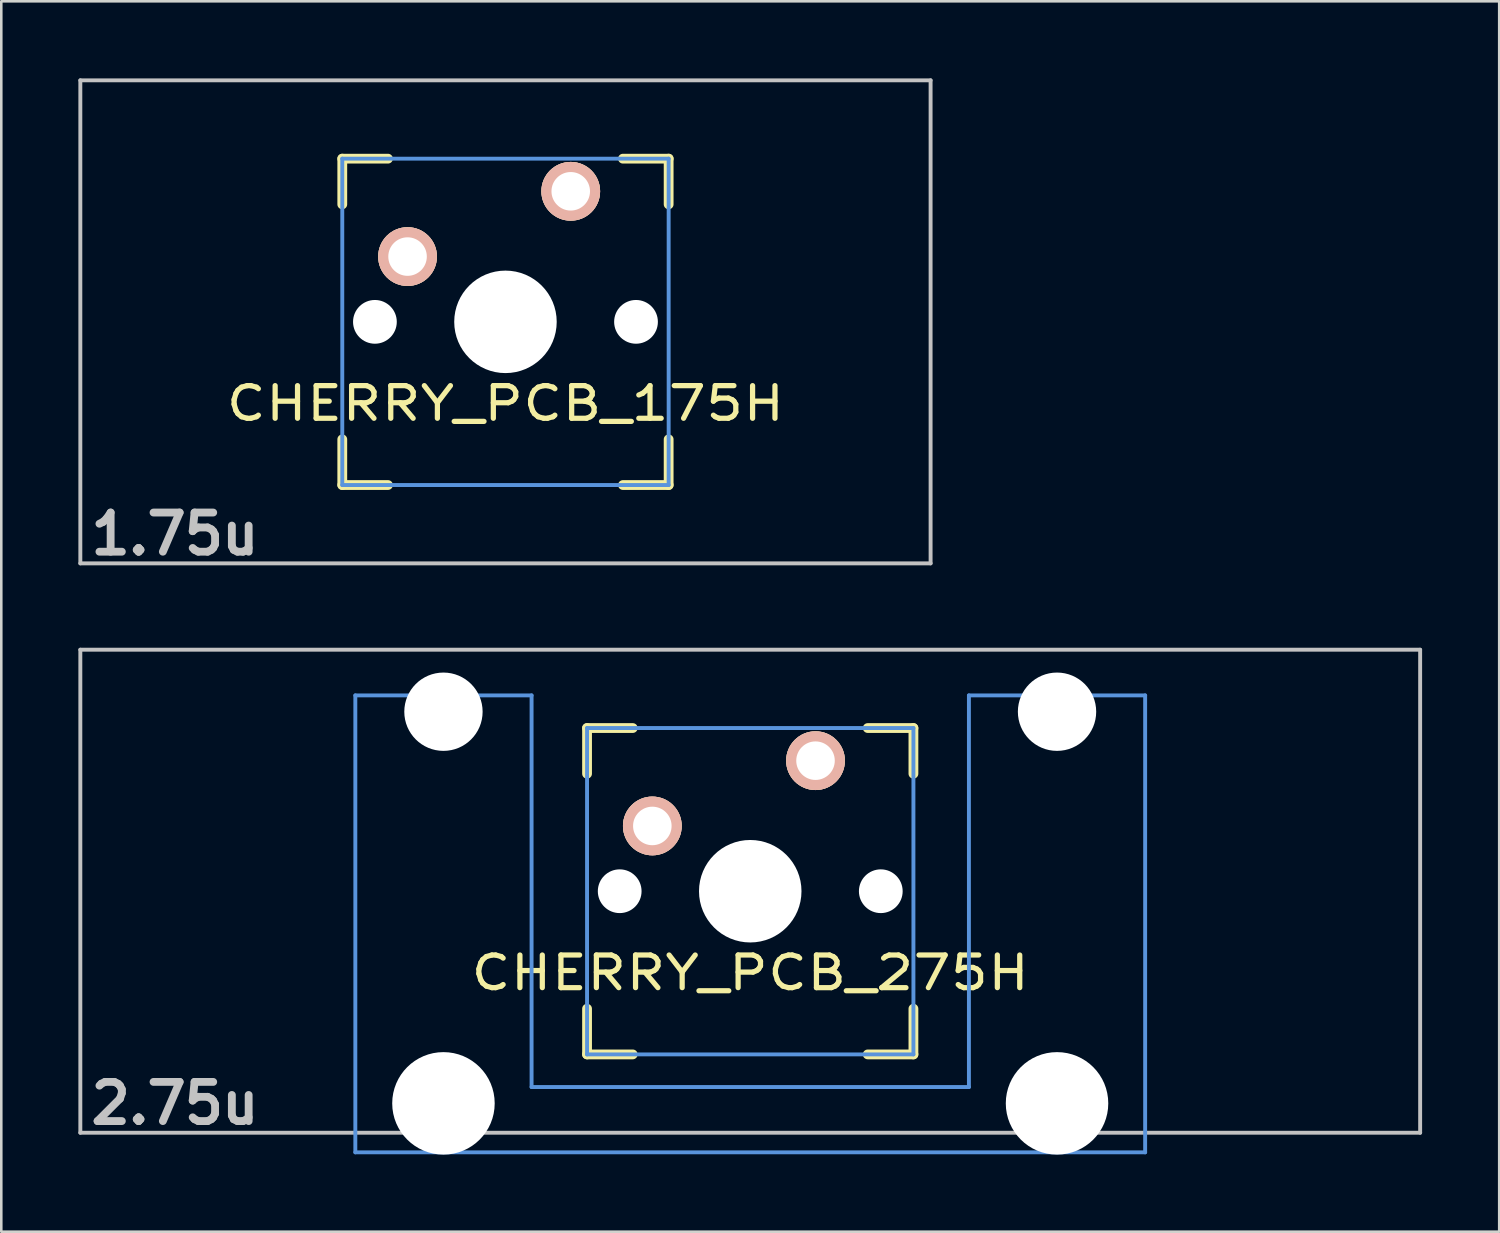
<source format=kicad_pcb>
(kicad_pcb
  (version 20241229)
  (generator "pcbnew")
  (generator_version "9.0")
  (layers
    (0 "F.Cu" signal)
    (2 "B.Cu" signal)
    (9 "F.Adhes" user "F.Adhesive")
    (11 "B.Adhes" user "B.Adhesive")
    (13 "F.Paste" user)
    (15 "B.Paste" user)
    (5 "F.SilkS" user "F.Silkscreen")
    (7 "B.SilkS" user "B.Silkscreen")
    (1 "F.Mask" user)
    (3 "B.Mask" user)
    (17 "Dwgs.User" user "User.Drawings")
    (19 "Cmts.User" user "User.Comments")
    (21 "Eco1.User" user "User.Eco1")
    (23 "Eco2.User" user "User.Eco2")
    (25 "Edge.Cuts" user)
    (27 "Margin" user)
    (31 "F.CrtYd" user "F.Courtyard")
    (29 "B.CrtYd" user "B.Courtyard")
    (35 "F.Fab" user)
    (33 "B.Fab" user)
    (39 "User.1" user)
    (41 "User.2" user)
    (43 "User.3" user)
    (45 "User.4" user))
  (footprint "CHERRY_PCB_175H"
    (layer "F.Cu")
    (at 16.619 9.474)
    (property "Reference" "CHERRY_PCB_175H" (at 0 3.175 0) (layer "F.SilkS") (effects (font (size 1.27 1.524) (thickness 0.203))))
    (attr through_hole)
    (fp_line (start -6.35 -6.35) (end -4.572 -6.35) (stroke (width 0.381) (type solid)) (layer "F.SilkS"))
    (fp_line (start -6.35 -4.572) (end -6.35 -6.35) (stroke (width 0.381) (type solid)) (layer "F.SilkS"))
    (fp_line (start -6.35 6.35) (end -6.35 4.572) (stroke (width 0.381) (type solid)) (layer "F.SilkS"))
    (fp_line (start -4.572 6.35) (end -6.35 6.35) (stroke (width 0.381) (type solid)) (layer "F.SilkS"))
    (fp_line (start 4.572 -6.35) (end 6.35 -6.35) (stroke (width 0.381) (type solid)) (layer "F.SilkS"))
    (fp_line (start 6.35 -6.35) (end 6.35 -4.572) (stroke (width 0.381) (type solid)) (layer "F.SilkS"))
    (fp_line (start 6.35 4.572) (end 6.35 6.35) (stroke (width 0.381) (type solid)) (layer "F.SilkS"))
    (fp_line (start 6.35 6.35) (end 4.572 6.35) (stroke (width 0.381) (type solid)) (layer "F.SilkS"))
    (fp_line (start -16.543 -9.398) (end 16.543 -9.398) (stroke (width 0.152) (type solid)) (layer "Dwgs.User"))
    (fp_line (start -16.543 9.398) (end -16.543 -9.398) (stroke (width 0.152) (type solid)) (layer "Dwgs.User"))
    (fp_line (start 16.543 -9.398) (end 16.543 9.398) (stroke (width 0.152) (type solid)) (layer "Dwgs.User"))
    (fp_line (start 16.543 9.398) (end -16.543 9.398) (stroke (width 0.152) (type solid)) (layer "Dwgs.User"))
    (fp_line (start -6.35 -6.35) (end 6.35 -6.35) (stroke (width 0.152) (type solid)) (layer "Cmts.User"))
    (fp_line (start -6.35 6.35) (end -6.35 -6.35) (stroke (width 0.152) (type solid)) (layer "Cmts.User"))
    (fp_line (start 6.35 -6.35) (end 6.35 6.35) (stroke (width 0.152) (type solid)) (layer "Cmts.User"))
    (fp_line (start 6.35 6.35) (end -6.35 6.35) (stroke (width 0.152) (type solid)) (layer "Cmts.User"))
    (fp_line (start -6.985 -6.985) (end 6.985 -6.985) (stroke (width 0.152) (type solid)) (layer "Eco2.User"))
    (fp_line (start -6.985 6.985) (end -6.985 -6.985) (stroke (width 0.152) (type solid)) (layer "Eco2.User"))
    (fp_line (start 6.985 -6.985) (end 6.985 6.985) (stroke (width 0.152) (type solid)) (layer "Eco2.User"))
    (fp_line (start 6.985 6.985) (end -6.985 6.985) (stroke (width 0.152) (type solid)) (layer "Eco2.User"))
    (fp_text user "1.75u" (at -12.86 8.255 0) (layer "Dwgs.User") (effects (font (size 1.524 1.524) (thickness 0.305))))
    (pad "" np_thru_hole circle (at -5.08 0) (size 1.702 1.702) (drill 1.702) (layers "*.Cu"))
    (pad "" np_thru_hole circle (at 0 0) (size 3.988 3.988) (drill 3.988) (layers "*.Cu"))
    (pad "" np_thru_hole circle (at 5.08 0) (size 1.702 1.702) (drill 1.702) (layers "*.Cu"))
    (pad "1" thru_hole circle (at 2.54 -5.08) (size 2.286 2.286) (drill 1.499) (layers "*.Cu" "*.SilkS" "*.Mask"))
    (pad "2" thru_hole circle (at -3.81 -2.54) (size 2.286 2.286) (drill 1.499) (layers "*.Cu" "*.SilkS" "*.Mask")))
  (footprint "CHERRY_PCB_275H"
    (layer "F.Cu")
    (at 26.144 31.63)
    (property "Reference" "CHERRY_PCB_275H" (at 0 3.175 0) (layer "F.SilkS") (effects (font (size 1.27 1.524) (thickness 0.203))))
    (attr through_hole)
    (fp_line (start -6.35 -6.35) (end -4.572 -6.35) (stroke (width 0.381) (type solid)) (layer "F.SilkS"))
    (fp_line (start -6.35 -4.572) (end -6.35 -6.35) (stroke (width 0.381) (type solid)) (layer "F.SilkS"))
    (fp_line (start -6.35 6.35) (end -6.35 4.572) (stroke (width 0.381) (type solid)) (layer "F.SilkS"))
    (fp_line (start -4.572 6.35) (end -6.35 6.35) (stroke (width 0.381) (type solid)) (layer "F.SilkS"))
    (fp_line (start 4.572 -6.35) (end 6.35 -6.35) (stroke (width 0.381) (type solid)) (layer "F.SilkS"))
    (fp_line (start 6.35 -6.35) (end 6.35 -4.572) (stroke (width 0.381) (type solid)) (layer "F.SilkS"))
    (fp_line (start 6.35 4.572) (end 6.35 6.35) (stroke (width 0.381) (type solid)) (layer "F.SilkS"))
    (fp_line (start 6.35 6.35) (end 4.572 6.35) (stroke (width 0.381) (type solid)) (layer "F.SilkS"))
    (fp_line (start -26.068 -9.398) (end 26.068 -9.398) (stroke (width 0.152) (type solid)) (layer "Dwgs.User"))
    (fp_line (start -26.068 9.398) (end -26.068 -9.398) (stroke (width 0.152) (type solid)) (layer "Dwgs.User"))
    (fp_line (start 26.068 -9.398) (end 26.068 9.398) (stroke (width 0.152) (type solid)) (layer "Dwgs.User"))
    (fp_line (start 26.068 9.398) (end -26.068 9.398) (stroke (width 0.152) (type solid)) (layer "Dwgs.User"))
    (fp_line (start -15.367 -7.62) (end -15.367 10.16) (stroke (width 0.152) (type solid)) (layer "Cmts.User"))
    (fp_line (start -15.367 10.16) (end 15.367 10.16) (stroke (width 0.152) (type solid)) (layer "Cmts.User"))
    (fp_line (start -8.509 -7.62) (end -15.367 -7.62) (stroke (width 0.152) (type solid)) (layer "Cmts.User"))
    (fp_line (start -8.509 7.62) (end -8.509 -7.62) (stroke (width 0.152) (type solid)) (layer "Cmts.User"))
    (fp_line (start -6.35 -6.35) (end 6.35 -6.35) (stroke (width 0.152) (type solid)) (layer "Cmts.User"))
    (fp_line (start -6.35 6.35) (end -6.35 -6.35) (stroke (width 0.152) (type solid)) (layer "Cmts.User"))
    (fp_line (start 6.35 -6.35) (end 6.35 6.35) (stroke (width 0.152) (type solid)) (layer "Cmts.User"))
    (fp_line (start 6.35 6.35) (end -6.35 6.35) (stroke (width 0.152) (type solid)) (layer "Cmts.User"))
    (fp_line (start 8.509 -7.62) (end 8.509 7.62) (stroke (width 0.152) (type solid)) (layer "Cmts.User"))
    (fp_line (start 8.509 7.62) (end -8.509 7.62) (stroke (width 0.152) (type solid)) (layer "Cmts.User"))
    (fp_line (start 15.367 -7.62) (end 8.509 -7.62) (stroke (width 0.152) (type solid)) (layer "Cmts.User"))
    (fp_line (start 15.367 10.16) (end 15.367 -7.62) (stroke (width 0.152) (type solid)) (layer "Cmts.User"))
    (fp_line (start -16.129 -2.286) (end -15.265 -2.286) (stroke (width 0.152) (type solid)) (layer "Eco2.User"))
    (fp_line (start -16.129 0.508) (end -16.129 -2.286) (stroke (width 0.152) (type solid)) (layer "Eco2.User"))
    (fp_line (start -15.265 -5.69) (end -8.611 -5.69) (stroke (width 0.152) (type solid)) (layer "Eco2.User"))
    (fp_line (start -15.265 -2.286) (end -15.265 -5.69) (stroke (width 0.152) (type solid)) (layer "Eco2.User"))
    (fp_line (start -15.265 0.508) (end -16.129 0.508) (stroke (width 0.152) (type solid)) (layer "Eco2.User"))
    (fp_line (start -15.265 6.604) (end -15.265 0.508) (stroke (width 0.152) (type solid)) (layer "Eco2.User"))
    (fp_line (start -14.224 6.604) (end -15.265 6.604) (stroke (width 0.152) (type solid)) (layer "Eco2.User"))
    (fp_line (start -14.224 7.772) (end -14.224 6.604) (stroke (width 0.152) (type solid)) (layer "Eco2.User"))
    (fp_line (start -9.652 6.604) (end -9.652 7.772) (stroke (width 0.152) (type solid)) (layer "Eco2.User"))
    (fp_line (start -9.652 7.772) (end -14.224 7.772) (stroke (width 0.152) (type solid)) (layer "Eco2.User"))
    (fp_line (start -8.611 -5.69) (end -8.611 -4.877) (stroke (width 0.152) (type solid)) (layer "Eco2.User"))
    (fp_line (start -8.611 -4.877) (end -6.985 -4.877) (stroke (width 0.152) (type solid)) (layer "Eco2.User"))
    (fp_line (start -8.611 5.817) (end -8.611 6.604) (stroke (width 0.152) (type solid)) (layer "Eco2.User"))
    (fp_line (start -8.611 6.604) (end -9.652 6.604) (stroke (width 0.152) (type solid)) (layer "Eco2.User"))
    (fp_line (start -6.985 -6.985) (end 6.985 -6.985) (stroke (width 0.152) (type solid)) (layer "Eco2.User"))
    (fp_line (start -6.985 -4.877) (end -6.985 -6.985) (stroke (width 0.152) (type solid)) (layer "Eco2.User"))
    (fp_line (start -6.985 5.817) (end -8.611 5.817) (stroke (width 0.152) (type solid)) (layer "Eco2.User"))
    (fp_line (start -6.985 6.985) (end -6.985 5.817) (stroke (width 0.152) (type solid)) (layer "Eco2.User"))
    (fp_line (start 6.985 -6.985) (end 6.985 -4.877) (stroke (width 0.152) (type solid)) (layer "Eco2.User"))
    (fp_line (start 6.985 -4.877) (end 8.611 -4.877) (stroke (width 0.152) (type solid)) (layer "Eco2.User"))
    (fp_line (start 6.985 5.817) (end 6.985 6.985) (stroke (width 0.152) (type solid)) (layer "Eco2.User"))
    (fp_line (start 6.985 6.985) (end -6.985 6.985) (stroke (width 0.152) (type solid)) (layer "Eco2.User"))
    (fp_line (start 8.611 -5.69) (end 15.265 -5.69) (stroke (width 0.152) (type solid)) (layer "Eco2.User"))
    (fp_line (start 8.611 -4.877) (end 8.611 -5.69) (stroke (width 0.152) (type solid)) (layer "Eco2.User"))
    (fp_line (start 8.611 5.817) (end 6.985 5.817) (stroke (width 0.152) (type solid)) (layer "Eco2.User"))
    (fp_line (start 8.611 6.604) (end 8.611 5.817) (stroke (width 0.152) (type solid)) (layer "Eco2.User"))
    (fp_line (start 9.652 6.604) (end 8.611 6.604) (stroke (width 0.152) (type solid)) (layer "Eco2.User"))
    (fp_line (start 9.652 7.772) (end 9.652 6.604) (stroke (width 0.152) (type solid)) (layer "Eco2.User"))
    (fp_line (start 14.224 6.604) (end 14.224 7.772) (stroke (width 0.152) (type solid)) (layer "Eco2.User"))
    (fp_line (start 14.224 7.772) (end 9.652 7.772) (stroke (width 0.152) (type solid)) (layer "Eco2.User"))
    (fp_line (start 15.265 -5.69) (end 15.265 -2.286) (stroke (width 0.152) (type solid)) (layer "Eco2.User"))
    (fp_line (start 15.265 -2.286) (end 16.129 -2.286) (stroke (width 0.152) (type solid)) (layer "Eco2.User"))
    (fp_line (start 15.265 0.508) (end 15.265 6.604) (stroke (width 0.152) (type solid)) (layer "Eco2.User"))
    (fp_line (start 15.265 6.604) (end 14.224 6.604) (stroke (width 0.152) (type solid)) (layer "Eco2.User"))
    (fp_line (start 16.129 -2.286) (end 16.129 0.508) (stroke (width 0.152) (type solid)) (layer "Eco2.User"))
    (fp_line (start 16.129 0.508) (end 15.265 0.508) (stroke (width 0.152) (type solid)) (layer "Eco2.User"))
    (fp_text user "2.75u" (at -22.385 8.255 0) (layer "Dwgs.User") (effects (font (size 1.524 1.524) (thickness 0.305))))
    (pad "" np_thru_hole circle (at -11.938 -6.985) (size 3.048 3.048) (drill 3.048) (layers "*.Cu"))
    (pad "" np_thru_hole circle (at -11.938 8.255) (size 3.988 3.988) (drill 3.988) (layers "*.Cu"))
    (pad "" np_thru_hole circle (at -5.08 0) (size 1.702 1.702) (drill 1.702) (layers "*.Cu"))
    (pad "" np_thru_hole circle (at 0 0) (size 3.988 3.988) (drill 3.988) (layers "*.Cu"))
    (pad "" np_thru_hole circle (at 5.08 0) (size 1.702 1.702) (drill 1.702) (layers "*.Cu"))
    (pad "" np_thru_hole circle (at 11.938 -6.985) (size 3.048 3.048) (drill 3.048) (layers "*.Cu"))
    (pad "" np_thru_hole circle (at 11.938 8.255) (size 3.988 3.988) (drill 3.988) (layers "*.Cu"))
    (pad "1" thru_hole circle (at 2.54 -5.08) (size 2.286 2.286) (drill 1.499) (layers "*.Cu" "*.SilkS" "*.Mask"))
    (pad "2" thru_hole circle (at -3.81 -2.54) (size 2.286 2.286) (drill 1.499) (layers "*.Cu" "*.SilkS" "*.Mask")))
  (gr_rect
    (start -3 -3)
    (end 55.288 44.879)
    (stroke (width 0.1) (type default))
    (fill no)
    (layer "Edge.Cuts")))
</source>
